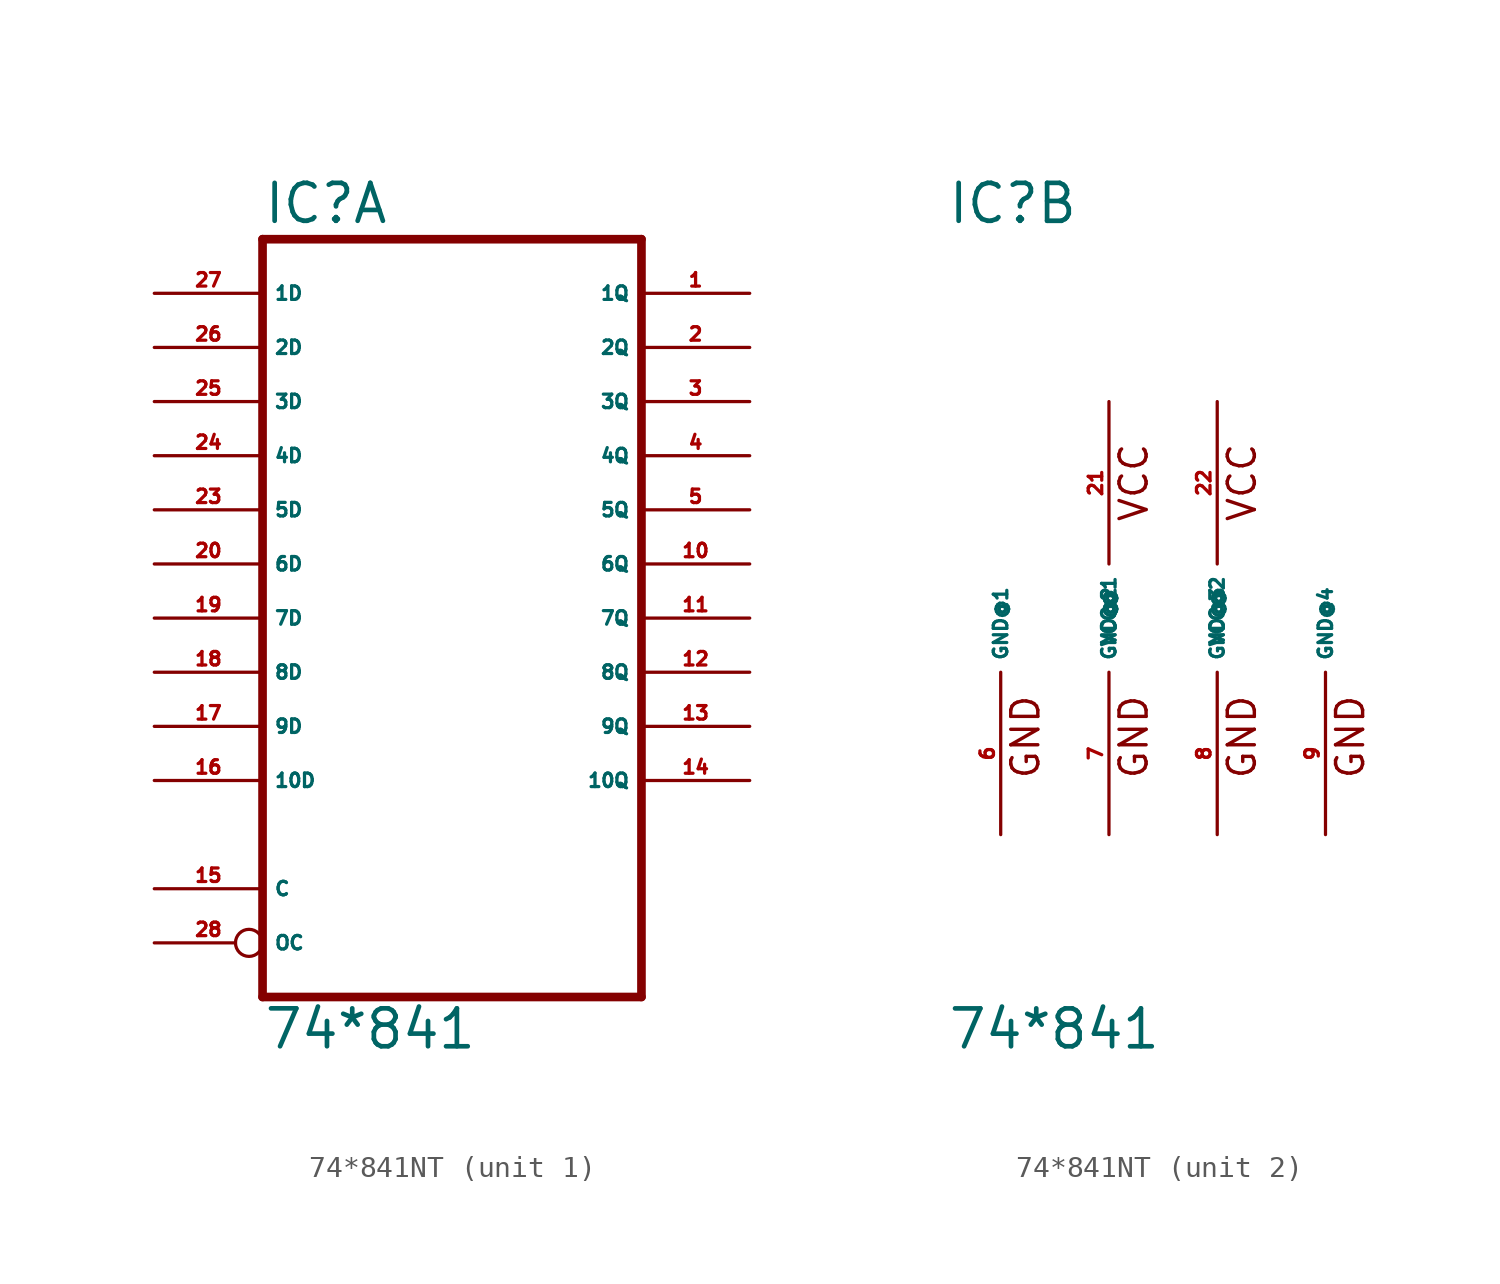
<source format=kicad_sym>
(kicad_symbol_lib
  (version 20220914)
  (generator Eagle2Kicad)
  (symbol "74*841NT"
    (property "Reference" "IC"
      (at -10.16 18.415 0)
      (effects (font (size 1.778 1.778) (thickness 0.22)) (justify left bottom)))
    (property "Value" "74*841"
      (at -10.16 -20.32 0)
      (effects (font (size 1.778 1.778) (thickness 0.22)) (justify left bottom)))
    (symbol "74*841NT_1_0"
      (polyline (pts (xy -10.16 -17.78) (xy 7.62 -17.78)) (stroke (width 0.406) (type default)) (fill (type none)))
      (polyline (pts (xy 7.62 -17.78) (xy 7.62 17.78)) (stroke (width 0.406) (type default)) (fill (type none)))
      (polyline (pts (xy 7.62 17.78) (xy -10.16 17.78)) (stroke (width 0.406) (type default)) (fill (type none)))
      (polyline (pts (xy -10.16 17.78) (xy -10.16 -17.78)) (stroke (width 0.406) (type default)) (fill (type none)))
      (pin input inverted (at -15.24 -15.24 0) (length 5.08) (name "OC" (effects (font (size 0.635 0.635) (thickness 0.08)) (justify left bottom))) (number "28" (effects (font (size 0.635 0.635) (thickness 0.08)) (justify left bottom))))
      (pin input line (at -15.24 15.24 0) (length 5.08) (name "1D" (effects (font (size 0.635 0.635) (thickness 0.08)) (justify left bottom))) (number "27" (effects (font (size 0.635 0.635) (thickness 0.08)) (justify left bottom))))
      (pin input line (at -15.24 12.7 0) (length 5.08) (name "2D" (effects (font (size 0.635 0.635) (thickness 0.08)) (justify left bottom))) (number "26" (effects (font (size 0.635 0.635) (thickness 0.08)) (justify left bottom))))
      (pin input line (at -15.24 10.16 0) (length 5.08) (name "3D" (effects (font (size 0.635 0.635) (thickness 0.08)) (justify left bottom))) (number "25" (effects (font (size 0.635 0.635) (thickness 0.08)) (justify left bottom))))
      (pin input line (at -15.24 7.62 0) (length 5.08) (name "4D" (effects (font (size 0.635 0.635) (thickness 0.08)) (justify left bottom))) (number "24" (effects (font (size 0.635 0.635) (thickness 0.08)) (justify left bottom))))
      (pin input line (at -15.24 5.08 0) (length 5.08) (name "5D" (effects (font (size 0.635 0.635) (thickness 0.08)) (justify left bottom))) (number "23" (effects (font (size 0.635 0.635) (thickness 0.08)) (justify left bottom))))
      (pin input line (at -15.24 2.54 0) (length 5.08) (name "6D" (effects (font (size 0.635 0.635) (thickness 0.08)) (justify left bottom))) (number "20" (effects (font (size 0.635 0.635) (thickness 0.08)) (justify left bottom))))
      (pin input line (at -15.24 0 0) (length 5.08) (name "7D" (effects (font (size 0.635 0.635) (thickness 0.08)) (justify left bottom))) (number "19" (effects (font (size 0.635 0.635) (thickness 0.08)) (justify left bottom))))
      (pin input line (at -15.24 -2.54 0) (length 5.08) (name "8D" (effects (font (size 0.635 0.635) (thickness 0.08)) (justify left bottom))) (number "18" (effects (font (size 0.635 0.635) (thickness 0.08)) (justify left bottom))))
      (pin input line (at -15.24 -5.08 0) (length 5.08) (name "9D" (effects (font (size 0.635 0.635) (thickness 0.08)) (justify left bottom))) (number "17" (effects (font (size 0.635 0.635) (thickness 0.08)) (justify left bottom))))
      (pin input line (at -15.24 -7.62 0) (length 5.08) (name "10D" (effects (font (size 0.635 0.635) (thickness 0.08)) (justify left bottom))) (number "16" (effects (font (size 0.635 0.635) (thickness 0.08)) (justify left bottom))))
      (pin input line (at -15.24 -12.7 0) (length 5.08) (name "C" (effects (font (size 0.635 0.635) (thickness 0.08)) (justify left bottom))) (number "15" (effects (font (size 0.635 0.635) (thickness 0.08)) (justify left bottom))))
      (pin tri_state line (at 12.7 -7.62 180) (length 5.08) (name "10Q" (effects (font (size 0.635 0.635) (thickness 0.08)) (justify left bottom))) (number "14" (effects (font (size 0.635 0.635) (thickness 0.08)) (justify left bottom))))
      (pin tri_state line (at 12.7 -5.08 180) (length 5.08) (name "9Q" (effects (font (size 0.635 0.635) (thickness 0.08)) (justify left bottom))) (number "13" (effects (font (size 0.635 0.635) (thickness 0.08)) (justify left bottom))))
      (pin tri_state line (at 12.7 -2.54 180) (length 5.08) (name "8Q" (effects (font (size 0.635 0.635) (thickness 0.08)) (justify left bottom))) (number "12" (effects (font (size 0.635 0.635) (thickness 0.08)) (justify left bottom))))
      (pin tri_state line (at 12.7 0 180) (length 5.08) (name "7Q" (effects (font (size 0.635 0.635) (thickness 0.08)) (justify left bottom))) (number "11" (effects (font (size 0.635 0.635) (thickness 0.08)) (justify left bottom))))
      (pin tri_state line (at 12.7 2.54 180) (length 5.08) (name "6Q" (effects (font (size 0.635 0.635) (thickness 0.08)) (justify left bottom))) (number "10" (effects (font (size 0.635 0.635) (thickness 0.08)) (justify left bottom))))
      (pin tri_state line (at 12.7 5.08 180) (length 5.08) (name "5Q" (effects (font (size 0.635 0.635) (thickness 0.08)) (justify left bottom))) (number "5" (effects (font (size 0.635 0.635) (thickness 0.08)) (justify left bottom))))
      (pin tri_state line (at 12.7 7.62 180) (length 5.08) (name "4Q" (effects (font (size 0.635 0.635) (thickness 0.08)) (justify left bottom))) (number "4" (effects (font (size 0.635 0.635) (thickness 0.08)) (justify left bottom))))
      (pin tri_state line (at 12.7 10.16 180) (length 5.08) (name "3Q" (effects (font (size 0.635 0.635) (thickness 0.08)) (justify left bottom))) (number "3" (effects (font (size 0.635 0.635) (thickness 0.08)) (justify left bottom))))
      (pin tri_state line (at 12.7 12.7 180) (length 5.08) (name "2Q" (effects (font (size 0.635 0.635) (thickness 0.08)) (justify left bottom))) (number "2" (effects (font (size 0.635 0.635) (thickness 0.08)) (justify left bottom))))
      (pin tri_state line (at 12.7 15.24 180) (length 5.08) (name "1Q" (effects (font (size 0.635 0.635) (thickness 0.08)) (justify left bottom))) (number "1" (effects (font (size 0.635 0.635) (thickness 0.08)) (justify left bottom)))))
    (symbol "74*841NT_2_0"
      (text "VCC" (at -0.635 4.445 900) (effects (font (size 1.27 1.27) (thickness 0.16)) (justify left bottom)))
      (text "VCC" (at 4.445 4.445 900) (effects (font (size 1.27 1.27) (thickness 0.16)) (justify left bottom)))
      (text "GND" (at -5.715 -7.62 900) (effects (font (size 1.27 1.27) (thickness 0.16)) (justify left bottom)))
      (text "GND" (at -0.635 -7.62 900) (effects (font (size 1.27 1.27) (thickness 0.16)) (justify left bottom)))
      (text "GND" (at 4.445 -7.62 900) (effects (font (size 1.27 1.27) (thickness 0.16)) (justify left bottom)))
      (text "GND" (at 9.525 -7.62 900) (effects (font (size 1.27 1.27) (thickness 0.16)) (justify left bottom)))
      (pin unspecified line (at -7.62 -10.16 90) (length 7.62) (name "GND@1" (effects (font (size 0.635 0.635) (thickness 0.08)) (justify left bottom))) (number "6" (effects (font (size 0.635 0.635) (thickness 0.08)) (justify left bottom))))
      (pin unspecified line (at -2.54 -10.16 90) (length 7.62) (name "GND@2" (effects (font (size 0.635 0.635) (thickness 0.08)) (justify left bottom))) (number "7" (effects (font (size 0.635 0.635) (thickness 0.08)) (justify left bottom))))
      (pin unspecified line (at 2.54 -10.16 90) (length 7.62) (name "GND@3" (effects (font (size 0.635 0.635) (thickness 0.08)) (justify left bottom))) (number "8" (effects (font (size 0.635 0.635) (thickness 0.08)) (justify left bottom))))
      (pin unspecified line (at 7.62 -10.16 90) (length 7.62) (name "GND@4" (effects (font (size 0.635 0.635) (thickness 0.08)) (justify left bottom))) (number "9" (effects (font (size 0.635 0.635) (thickness 0.08)) (justify left bottom))))
      (pin unspecified line (at -2.54 10.16 270) (length 7.62) (name "VCC@1" (effects (font (size 0.635 0.635) (thickness 0.08)) (justify left bottom))) (number "21" (effects (font (size 0.635 0.635) (thickness 0.08)) (justify left bottom))))
      (pin unspecified line (at 2.54 10.16 270) (length 7.62) (name "VCC@2" (effects (font (size 0.635 0.635) (thickness 0.08)) (justify left bottom))) (number "22" (effects (font (size 0.635 0.635) (thickness 0.08)) (justify left bottom)))))))
</source>
